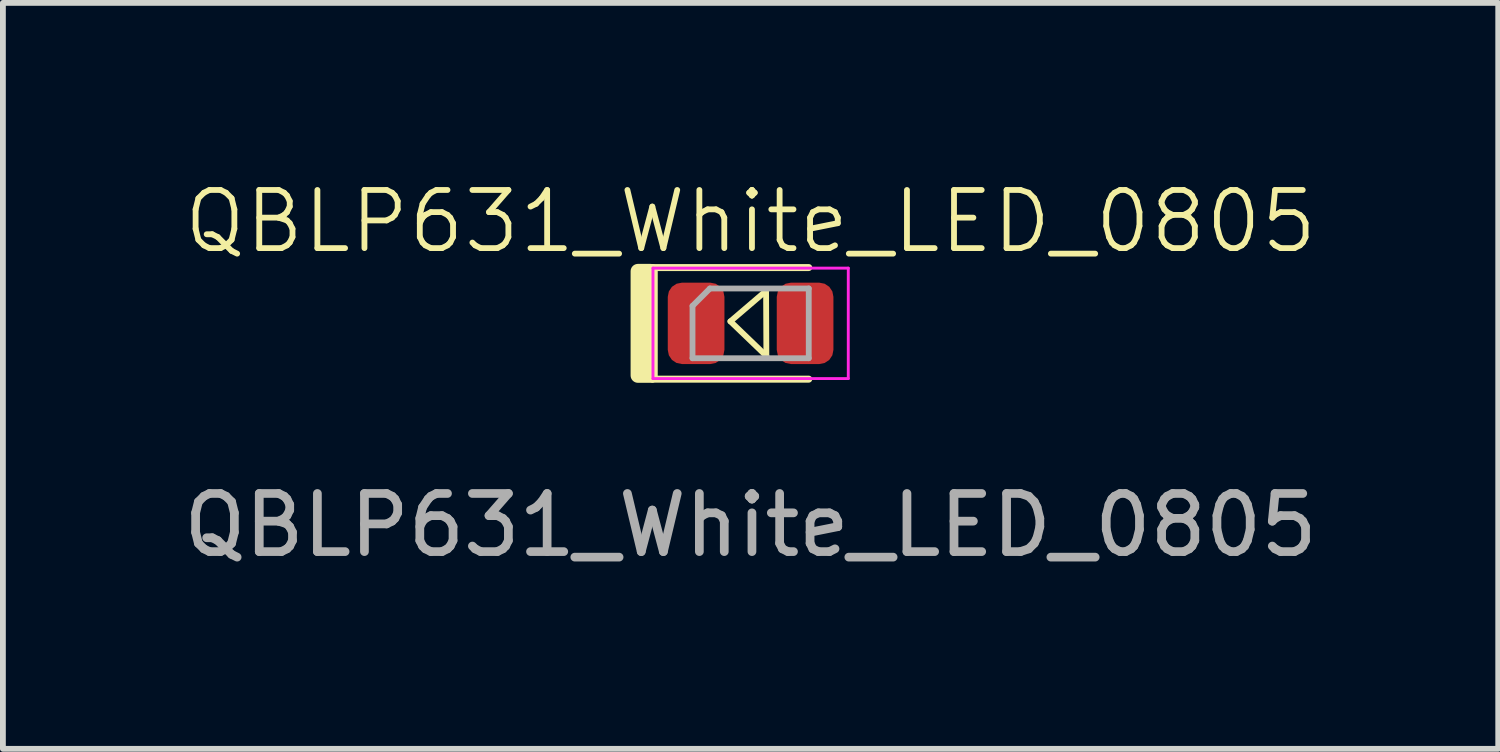
<source format=kicad_pcb>
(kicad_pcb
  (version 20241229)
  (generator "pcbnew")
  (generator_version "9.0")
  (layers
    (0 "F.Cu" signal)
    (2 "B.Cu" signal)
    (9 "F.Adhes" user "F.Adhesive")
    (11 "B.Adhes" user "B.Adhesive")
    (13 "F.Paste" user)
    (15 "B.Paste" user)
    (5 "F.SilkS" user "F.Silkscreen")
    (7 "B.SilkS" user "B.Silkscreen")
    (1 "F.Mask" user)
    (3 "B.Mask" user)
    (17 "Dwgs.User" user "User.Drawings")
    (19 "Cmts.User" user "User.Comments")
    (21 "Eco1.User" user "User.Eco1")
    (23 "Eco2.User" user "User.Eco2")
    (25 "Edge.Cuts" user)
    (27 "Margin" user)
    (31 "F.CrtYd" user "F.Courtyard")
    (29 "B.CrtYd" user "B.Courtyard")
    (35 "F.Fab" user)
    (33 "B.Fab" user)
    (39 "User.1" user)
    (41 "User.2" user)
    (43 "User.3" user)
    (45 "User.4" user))
  (footprint "QBLP631_White_LED_0805"
    (layer "F.Cu")
    (at 9.863 2.504)
    (property "Reference" "QBLP631_White_LED_0805" (at 0 -1.743 0) (unlocked yes) (layer "F.SilkS") (effects (font (size 1 1) (thickness 0.1))))
    (attr smd)
    (fp_line (start -1.684 -0.951) (end -1.684 0.969) (stroke (width 0.12) (type solid)) (layer "F.SilkS"))
    (fp_line (start -1.684 0.969) (end 1.001 0.969) (stroke (width 0.12) (type solid)) (layer "F.SilkS"))
    (fp_line (start -0.347 -0.025) (end 0.272 0.57) (stroke (width 0.1) (type default)) (layer "F.SilkS"))
    (fp_line (start 0.267 -0.55) (end -0.347 -0.025) (stroke (width 0.1) (type default)) (layer "F.SilkS"))
    (fp_line (start 0.272 0.57) (end 0.267 -0.55) (stroke (width 0.1) (type default)) (layer "F.SilkS"))
    (fp_line (start 1.001 -0.951) (end -1.684 -0.951) (stroke (width 0.12) (type solid)) (layer "F.SilkS"))
    (fp_rect (start -1.937 -0.887) (end -1.724 0.905) (stroke (width 0.254) (type solid)) (fill yes) (layer "F.SilkS"))
    (fp_line (start -1.679 -0.941) (end 1.681 -0.941) (stroke (width 0.05) (type solid)) (layer "F.CrtYd"))
    (fp_line (start -1.679 0.959) (end -1.679 -0.941) (stroke (width 0.05) (type solid)) (layer "F.CrtYd"))
    (fp_line (start 1.681 -0.941) (end 1.681 0.959) (stroke (width 0.05) (type solid)) (layer "F.CrtYd"))
    (fp_line (start 1.681 0.959) (end -1.679 0.959) (stroke (width 0.05) (type solid)) (layer "F.CrtYd"))
    (fp_line (start -0.999 -0.291) (end -0.999 0.609) (stroke (width 0.1) (type solid)) (layer "F.Fab"))
    (fp_line (start -0.999 0.609) (end 1.001 0.609) (stroke (width 0.1) (type solid)) (layer "F.Fab"))
    (fp_line (start -0.699 -0.591) (end -0.999 -0.291) (stroke (width 0.1) (type solid)) (layer "F.Fab"))
    (fp_line (start 1.001 -0.591) (end -0.699 -0.591) (stroke (width 0.1) (type solid)) (layer "F.Fab"))
    (fp_line (start 1.001 0.609) (end 1.001 -0.591) (stroke (width 0.1) (type solid)) (layer "F.Fab"))
    (fp_text user "${REFERENCE}" (at 0 3.481 0) (unlocked yes) (layer "F.Fab") (effects (font (size 1 1) (thickness 0.15))))
    (pad "1" smd roundrect (at 0.938 0.009) (size 0.975 1.4) (layers "F.Cu" "F.Mask" "F.Paste") (roundrect_rratio 0.25))
    (pad "2" smd roundrect (at -0.937 0.009) (size 0.975 1.4) (layers "F.Cu" "F.Mask" "F.Paste") (roundrect_rratio 0.25)))
  (gr_rect
    (start -3 -3)
    (end 22.726 9.833)
    (stroke (width 0.1) (type default))
    (fill no)
    (layer "Edge.Cuts")))
</source>
